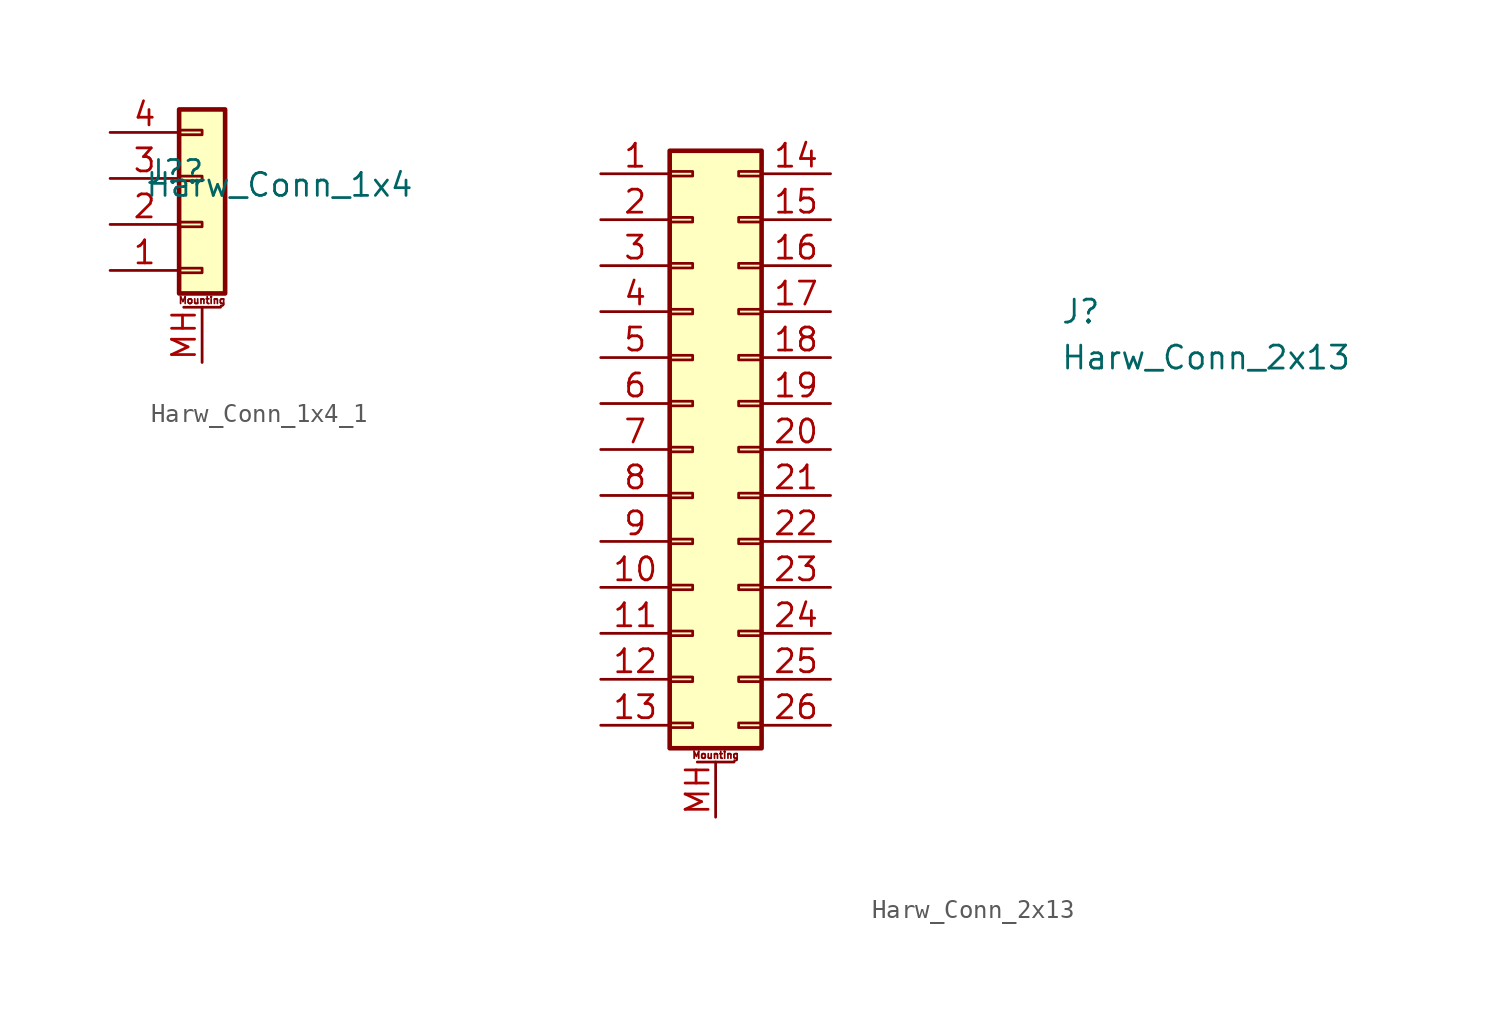
<source format=kicad_sym>
(kicad_symbol_lib
  (version 20211014)
  (generator kicad_symbol_editor)
  (symbol "Harw_Conn_1x4_1"
    (pin_names
      (offset 0.762))
    (property "Reference" "J?"
      (at -3.175 1.626 0)
      (effects (font (size 1.27 1.27)) (justify left)))
    (property "Value" "Harw_Conn_1x4"
      (at -3.175 0.914 0)
      (effects (font (size 1.27 1.27)) (justify left)))
    (symbol "Harw_Conn_1x4_1_1_1"
      (rectangle (start -1.27 -3.683) (end 0 -3.937) (stroke (width 0.152) (type default) (color 0 0 0 0)) (fill (type none)))
      (rectangle (start -1.27 -1.143) (end 0 -1.397) (stroke (width 0.152) (type default) (color 0 0 0 0)) (fill (type none)))
      (rectangle (start -1.27 1.397) (end 0 1.143) (stroke (width 0.152) (type default) (color 0 0 0 0)) (fill (type none)))
      (rectangle (start -1.27 3.937) (end 0 3.683) (stroke (width 0.152) (type default) (color 0 0 0 0)) (fill (type none)))
      (rectangle (start -1.27 5.08) (end 1.27 -5.08) (stroke (width 0.254) (type default) (color 0 0 0 0)) (fill (type background)))
      (polyline (pts (xy -1.016 -5.842) (xy 1.016 -5.842)) (stroke (width 0.152) (type default) (color 0 0 0 0)) (fill (type none)))
      (text "Mounting" (at 0 -5.461 0) (effects (font (size 0.381 0.381))))
      (pin passive line (at -5.08 -3.81 0) (length 3.81) (name "" (effects (font (size 1.27 1.27)))) (number "1" (effects (font (size 1.27 1.27)))))
      (pin passive line (at -5.08 -1.27 0) (length 3.81) (name "" (effects (font (size 1.27 1.27)))) (number "2" (effects (font (size 1.27 1.27)))))
      (pin passive line (at -5.08 1.27 0) (length 3.81) (name "" (effects (font (size 1.27 1.27)))) (number "3" (effects (font (size 1.27 1.27)))))
      (pin passive line (at -5.08 3.81 0) (length 3.81) (name "" (effects (font (size 1.27 1.27)))) (number "4" (effects (font (size 1.27 1.27)))))
      (pin passive line (at 0 -8.89 90) (length 3.048) (name "" (effects (font (size 1.27 1.27)))) (number "MH" (effects (font (size 1.27 1.27)))))))
  (symbol "Harw_Conn_2x13"
    (pin_names
      (offset 0.762))
    (property "Reference" "J"
      (at 19.05 7.62 0)
      (effects (font (size 1.27 1.27)) (justify left)))
    (property "Value" "Harw_Conn_2x13"
      (at 19.05 5.08 0)
      (effects (font (size 1.27 1.27)) (justify left)))
    (symbol "Harw_Conn_2x13_1_1"
      (rectangle (start -2.54 -15.113) (end -1.27 -15.367) (stroke (width 0.152) (type default) (color 0 0 0 0)) (fill (type none)))
      (rectangle (start -2.54 -12.573) (end -1.27 -12.827) (stroke (width 0.152) (type default) (color 0 0 0 0)) (fill (type none)))
      (rectangle (start -2.54 -10.033) (end -1.27 -10.287) (stroke (width 0.152) (type default) (color 0 0 0 0)) (fill (type none)))
      (rectangle (start -2.54 -7.493) (end -1.27 -7.747) (stroke (width 0.152) (type default) (color 0 0 0 0)) (fill (type none)))
      (rectangle (start -2.54 -4.953) (end -1.27 -5.207) (stroke (width 0.152) (type default) (color 0 0 0 0)) (fill (type none)))
      (rectangle (start -2.54 -2.413) (end -1.27 -2.667) (stroke (width 0.152) (type default) (color 0 0 0 0)) (fill (type none)))
      (rectangle (start -2.54 0.127) (end -1.27 -0.127) (stroke (width 0.152) (type default) (color 0 0 0 0)) (fill (type none)))
      (rectangle (start -2.54 2.667) (end -1.27 2.413) (stroke (width 0.152) (type default) (color 0 0 0 0)) (fill (type none)))
      (rectangle (start -2.54 5.207) (end -1.27 4.953) (stroke (width 0.152) (type default) (color 0 0 0 0)) (fill (type none)))
      (rectangle (start -2.54 7.747) (end -1.27 7.493) (stroke (width 0.152) (type default) (color 0 0 0 0)) (fill (type none)))
      (rectangle (start -2.54 10.287) (end -1.27 10.033) (stroke (width 0.152) (type default) (color 0 0 0 0)) (fill (type none)))
      (rectangle (start -2.54 12.827) (end -1.27 12.573) (stroke (width 0.152) (type default) (color 0 0 0 0)) (fill (type none)))
      (rectangle (start -2.54 15.367) (end -1.27 15.113) (stroke (width 0.152) (type default) (color 0 0 0 0)) (fill (type none)))
      (rectangle (start -2.54 16.51) (end 2.54 -16.51) (stroke (width 0.254) (type default) (color 0 0 0 0)) (fill (type background)))
      (polyline (pts (xy -1.016 -17.272) (xy 1.016 -17.272)) (stroke (width 0.152) (type default) (color 0 0 0 0)) (fill (type none)))
      (rectangle (start 2.54 -15.113) (end 1.27 -15.367) (stroke (width 0.152) (type default) (color 0 0 0 0)) (fill (type none)))
      (rectangle (start 2.54 -12.573) (end 1.27 -12.827) (stroke (width 0.152) (type default) (color 0 0 0 0)) (fill (type none)))
      (rectangle (start 2.54 -10.033) (end 1.27 -10.287) (stroke (width 0.152) (type default) (color 0 0 0 0)) (fill (type none)))
      (rectangle (start 2.54 -7.493) (end 1.27 -7.747) (stroke (width 0.152) (type default) (color 0 0 0 0)) (fill (type none)))
      (rectangle (start 2.54 -4.953) (end 1.27 -5.207) (stroke (width 0.152) (type default) (color 0 0 0 0)) (fill (type none)))
      (rectangle (start 2.54 -2.413) (end 1.27 -2.667) (stroke (width 0.152) (type default) (color 0 0 0 0)) (fill (type none)))
      (rectangle (start 2.54 0.127) (end 1.27 -0.127) (stroke (width 0.152) (type default) (color 0 0 0 0)) (fill (type none)))
      (rectangle (start 2.54 2.667) (end 1.27 2.413) (stroke (width 0.152) (type default) (color 0 0 0 0)) (fill (type none)))
      (rectangle (start 2.54 5.207) (end 1.27 4.953) (stroke (width 0.152) (type default) (color 0 0 0 0)) (fill (type none)))
      (rectangle (start 2.54 7.747) (end 1.27 7.493) (stroke (width 0.152) (type default) (color 0 0 0 0)) (fill (type none)))
      (rectangle (start 2.54 10.287) (end 1.27 10.033) (stroke (width 0.152) (type default) (color 0 0 0 0)) (fill (type none)))
      (rectangle (start 2.54 12.827) (end 1.27 12.573) (stroke (width 0.152) (type default) (color 0 0 0 0)) (fill (type none)))
      (rectangle (start 2.54 15.367) (end 1.27 15.113) (stroke (width 0.152) (type default) (color 0 0 0 0)) (fill (type none)))
      (text "Mounting" (at 0 -16.891 0) (effects (font (size 0.381 0.381))))
      (pin passive line (at -6.35 15.24 0) (length 3.81) (name "" (effects (font (size 1.27 1.27)))) (number "1" (effects (font (size 1.27 1.27)))))
      (pin passive line (at -6.35 -7.62 0) (length 3.81) (name "" (effects (font (size 1.27 1.27)))) (number "10" (effects (font (size 1.27 1.27)))))
      (pin passive line (at -6.35 -10.16 0) (length 3.81) (name "" (effects (font (size 1.27 1.27)))) (number "11" (effects (font (size 1.27 1.27)))))
      (pin passive line (at -6.35 -12.7 0) (length 3.81) (name "" (effects (font (size 1.27 1.27)))) (number "12" (effects (font (size 1.27 1.27)))))
      (pin passive line (at -6.35 -15.24 0) (length 3.81) (name "" (effects (font (size 1.27 1.27)))) (number "13" (effects (font (size 1.27 1.27)))))
      (pin passive line (at 6.35 15.24 180) (length 3.81) (name "" (effects (font (size 1.27 1.27)))) (number "14" (effects (font (size 1.27 1.27)))))
      (pin passive line (at 6.35 12.7 180) (length 3.81) (name "" (effects (font (size 1.27 1.27)))) (number "15" (effects (font (size 1.27 1.27)))))
      (pin passive line (at 6.35 10.16 180) (length 3.81) (name "" (effects (font (size 1.27 1.27)))) (number "16" (effects (font (size 1.27 1.27)))))
      (pin passive line (at 6.35 7.62 180) (length 3.81) (name "" (effects (font (size 1.27 1.27)))) (number "17" (effects (font (size 1.27 1.27)))))
      (pin passive line (at 6.35 5.08 180) (length 3.81) (name "" (effects (font (size 1.27 1.27)))) (number "18" (effects (font (size 1.27 1.27)))))
      (pin passive line (at 6.35 2.54 180) (length 3.81) (name "" (effects (font (size 1.27 1.27)))) (number "19" (effects (font (size 1.27 1.27)))))
      (pin passive line (at -6.35 12.7 0) (length 3.81) (name "" (effects (font (size 1.27 1.27)))) (number "2" (effects (font (size 1.27 1.27)))))
      (pin passive line (at 6.35 0 180) (length 3.81) (name "" (effects (font (size 1.27 1.27)))) (number "20" (effects (font (size 1.27 1.27)))))
      (pin passive line (at 6.35 -2.54 180) (length 3.81) (name "" (effects (font (size 1.27 1.27)))) (number "21" (effects (font (size 1.27 1.27)))))
      (pin passive line (at 6.35 -5.08 180) (length 3.81) (name "" (effects (font (size 1.27 1.27)))) (number "22" (effects (font (size 1.27 1.27)))))
      (pin passive line (at 6.35 -7.62 180) (length 3.81) (name "" (effects (font (size 1.27 1.27)))) (number "23" (effects (font (size 1.27 1.27)))))
      (pin passive line (at 6.35 -10.16 180) (length 3.81) (name "" (effects (font (size 1.27 1.27)))) (number "24" (effects (font (size 1.27 1.27)))))
      (pin passive line (at 6.35 -12.7 180) (length 3.81) (name "" (effects (font (size 1.27 1.27)))) (number "25" (effects (font (size 1.27 1.27)))))
      (pin passive line (at 6.35 -15.24 180) (length 3.81) (name "" (effects (font (size 1.27 1.27)))) (number "26" (effects (font (size 1.27 1.27)))))
      (pin passive line (at -6.35 10.16 0) (length 3.81) (name "" (effects (font (size 1.27 1.27)))) (number "3" (effects (font (size 1.27 1.27)))))
      (pin passive line (at -6.35 7.62 0) (length 3.81) (name "" (effects (font (size 1.27 1.27)))) (number "4" (effects (font (size 1.27 1.27)))))
      (pin passive line (at -6.35 5.08 0) (length 3.81) (name "" (effects (font (size 1.27 1.27)))) (number "5" (effects (font (size 1.27 1.27)))))
      (pin passive line (at -6.35 2.54 0) (length 3.81) (name "" (effects (font (size 1.27 1.27)))) (number "6" (effects (font (size 1.27 1.27)))))
      (pin passive line (at -6.35 0 0) (length 3.81) (name "" (effects (font (size 1.27 1.27)))) (number "7" (effects (font (size 1.27 1.27)))))
      (pin passive line (at -6.35 -2.54 0) (length 3.81) (name "" (effects (font (size 1.27 1.27)))) (number "8" (effects (font (size 1.27 1.27)))))
      (pin passive line (at -6.35 -5.08 0) (length 3.81) (name "" (effects (font (size 1.27 1.27)))) (number "9" (effects (font (size 1.27 1.27)))))
      (pin passive line (at 0 -20.32 90) (length 3.048) (name "" (effects (font (size 1.27 1.27)))) (number "MH" (effects (font (size 1.27 1.27))))))))
</source>
